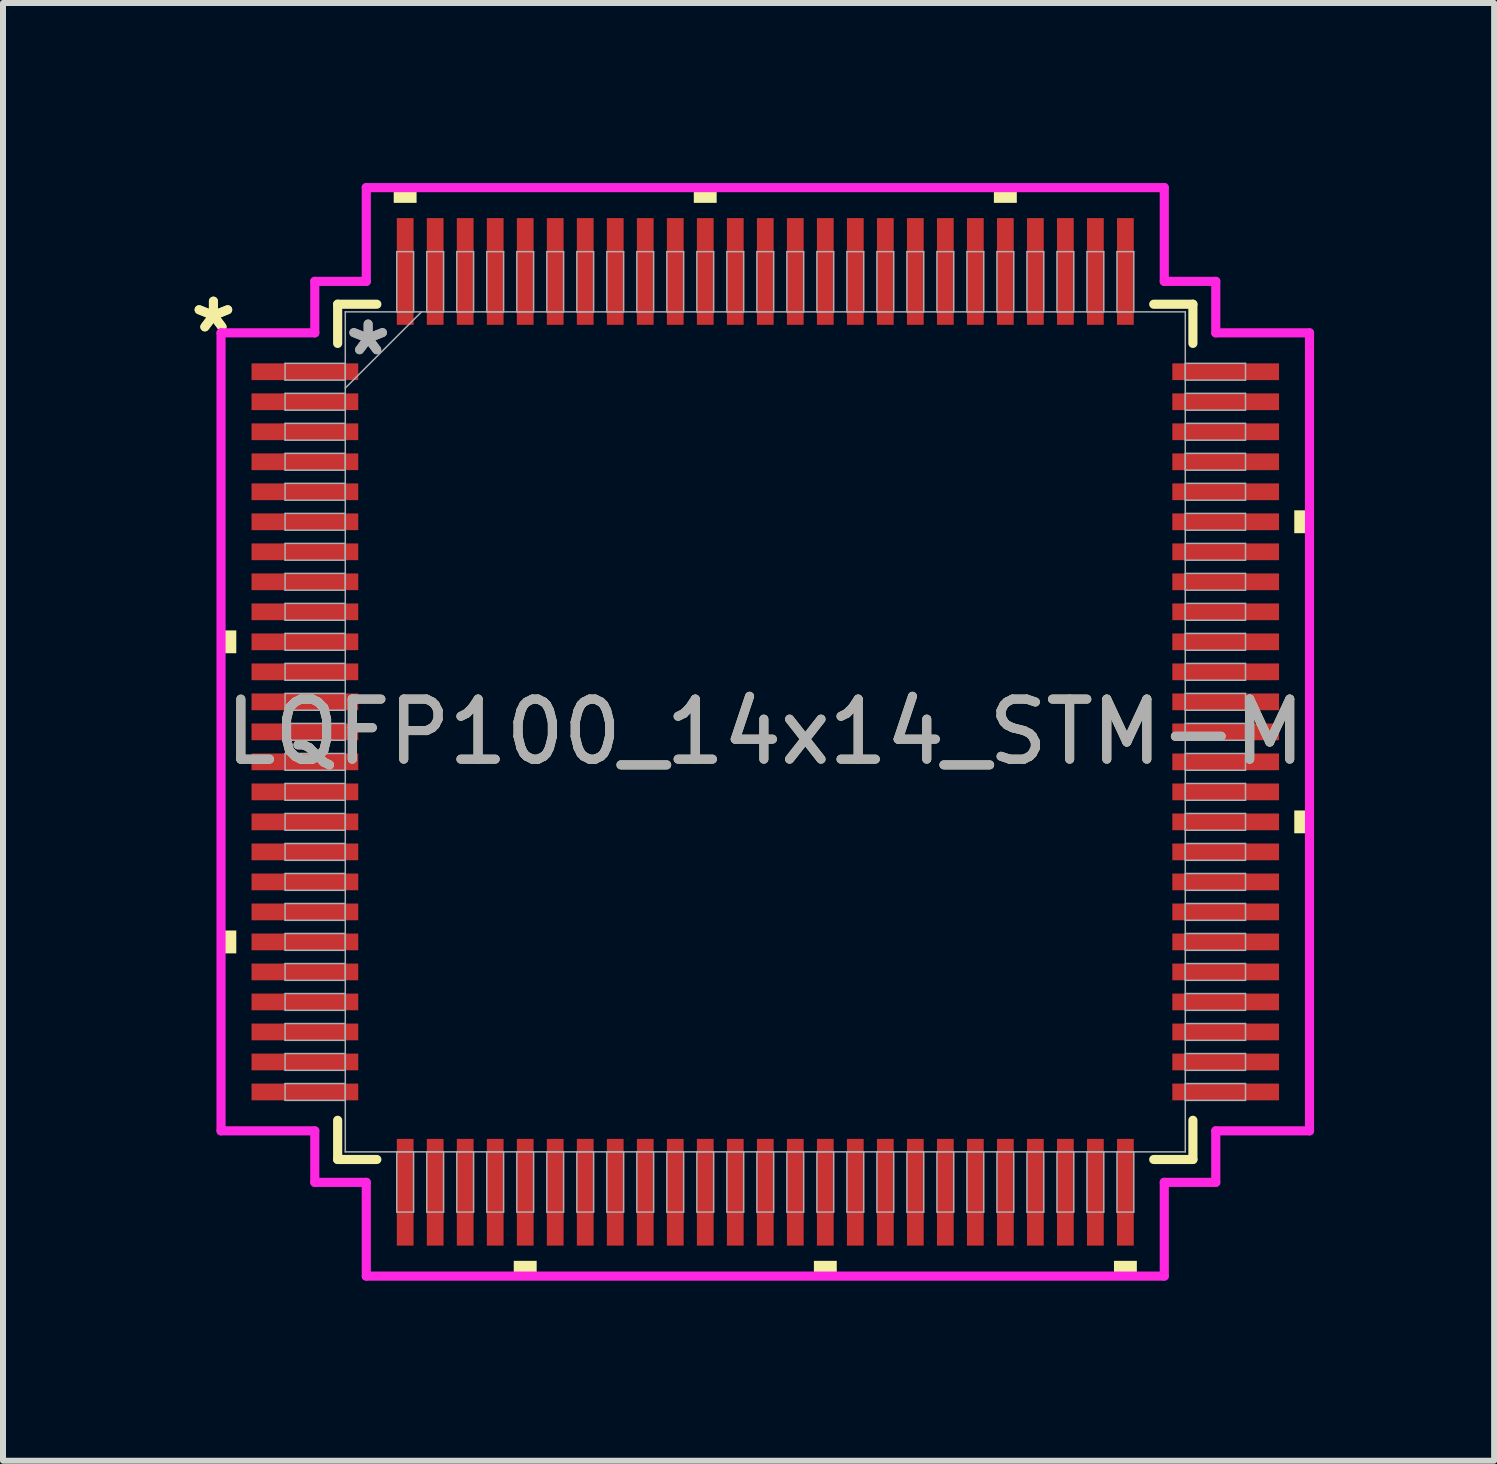
<source format=kicad_pcb>
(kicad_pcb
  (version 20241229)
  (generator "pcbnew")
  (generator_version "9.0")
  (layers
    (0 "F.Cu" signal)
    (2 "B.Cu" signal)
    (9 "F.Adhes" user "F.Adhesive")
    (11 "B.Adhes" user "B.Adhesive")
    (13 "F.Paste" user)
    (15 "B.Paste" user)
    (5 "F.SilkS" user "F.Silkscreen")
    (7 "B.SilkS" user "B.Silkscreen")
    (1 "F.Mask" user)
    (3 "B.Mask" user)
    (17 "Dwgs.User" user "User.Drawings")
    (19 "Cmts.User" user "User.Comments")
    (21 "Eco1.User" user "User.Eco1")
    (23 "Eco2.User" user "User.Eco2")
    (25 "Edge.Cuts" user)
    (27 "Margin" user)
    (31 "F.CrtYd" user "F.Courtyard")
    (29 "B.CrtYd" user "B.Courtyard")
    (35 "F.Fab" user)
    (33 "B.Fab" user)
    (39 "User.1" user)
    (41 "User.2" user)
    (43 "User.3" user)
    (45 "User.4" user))
  (footprint "LQFP100_14x14_STM-M"
    (layer "F.Cu")
    (at 9.701 9.144)
    (property "Reference" "LQFP100_14x14_STM-M" (at 0 0 0) (unlocked yes) (layer "F.SilkS") (effects (font (size 1 1) (thickness 0.15))))
    (attr smd)
    (fp_line (start -7.125 -7.125) (end -7.125 -6.472) (stroke (width 0.152) (type solid)) (layer "F.SilkS"))
    (fp_line (start -7.125 6.472) (end -7.125 7.125) (stroke (width 0.152) (type solid)) (layer "F.SilkS"))
    (fp_line (start -7.125 7.125) (end -6.472 7.125) (stroke (width 0.152) (type solid)) (layer "F.SilkS"))
    (fp_line (start -6.472 -7.125) (end -7.125 -7.125) (stroke (width 0.152) (type solid)) (layer "F.SilkS"))
    (fp_line (start 6.472 7.125) (end 7.125 7.125) (stroke (width 0.152) (type solid)) (layer "F.SilkS"))
    (fp_line (start 7.125 -7.125) (end 6.472 -7.125) (stroke (width 0.152) (type solid)) (layer "F.SilkS"))
    (fp_line (start 7.125 -6.472) (end 7.125 -7.125) (stroke (width 0.152) (type solid)) (layer "F.SilkS"))
    (fp_line (start 7.125 7.125) (end 7.125 6.472) (stroke (width 0.152) (type solid)) (layer "F.SilkS"))
    (fp_poly (pts (xy -9.068 -1.69) (xy -9.068 -1.31) (xy -8.814 -1.31) (xy -8.814 -1.69)) (stroke (width 0) (type solid)) (fill yes) (layer "F.SilkS"))
    (fp_poly (pts (xy -9.068 3.31) (xy -9.068 3.691) (xy -8.814 3.691) (xy -8.814 3.31)) (stroke (width 0) (type solid)) (fill yes) (layer "F.SilkS"))
    (fp_poly (pts (xy -6.191 -8.814) (xy -6.191 -9.068) (xy -5.81 -9.068) (xy -5.81 -8.814)) (stroke (width 0) (type solid)) (fill yes) (layer "F.SilkS"))
    (fp_poly (pts (xy -4.191 8.814) (xy -4.191 9.068) (xy -3.809 9.068) (xy -3.809 8.814)) (stroke (width 0) (type solid)) (fill yes) (layer "F.SilkS"))
    (fp_poly (pts (xy -1.191 -8.814) (xy -1.191 -9.068) (xy -0.81 -9.068) (xy -0.81 -8.814)) (stroke (width 0) (type solid)) (fill yes) (layer "F.SilkS"))
    (fp_poly (pts (xy 0.81 8.814) (xy 0.81 9.068) (xy 1.191 9.068) (xy 1.191 8.814)) (stroke (width 0) (type solid)) (fill yes) (layer "F.SilkS"))
    (fp_poly (pts (xy 3.809 -8.814) (xy 3.809 -9.068) (xy 4.191 -9.068) (xy 4.191 -8.814)) (stroke (width 0) (type solid)) (fill yes) (layer "F.SilkS"))
    (fp_poly (pts (xy 5.81 8.814) (xy 5.81 9.068) (xy 6.191 9.068) (xy 6.191 8.814)) (stroke (width 0) (type solid)) (fill yes) (layer "F.SilkS"))
    (fp_poly (pts (xy 9.068 -3.691) (xy 9.068 -3.31) (xy 8.814 -3.31) (xy 8.814 -3.691)) (stroke (width 0) (type solid)) (fill yes) (layer "F.SilkS"))
    (fp_poly (pts (xy 9.068 1.31) (xy 9.068 1.69) (xy 8.814 1.69) (xy 8.814 1.31)) (stroke (width 0) (type solid)) (fill yes) (layer "F.SilkS"))
    (fp_line (start -9.068 -6.648) (end -7.506 -6.648) (stroke (width 0.152) (type solid)) (layer "F.CrtYd"))
    (fp_line (start -9.068 6.648) (end -9.068 -6.648) (stroke (width 0.152) (type solid)) (layer "F.CrtYd"))
    (fp_line (start -7.506 -7.506) (end -6.648 -7.506) (stroke (width 0.152) (type solid)) (layer "F.CrtYd"))
    (fp_line (start -7.506 -6.648) (end -7.506 -7.506) (stroke (width 0.152) (type solid)) (layer "F.CrtYd"))
    (fp_line (start -7.506 6.648) (end -9.068 6.648) (stroke (width 0.152) (type solid)) (layer "F.CrtYd"))
    (fp_line (start -7.506 7.506) (end -7.506 6.648) (stroke (width 0.152) (type solid)) (layer "F.CrtYd"))
    (fp_line (start -7.506 7.506) (end -6.648 7.506) (stroke (width 0.152) (type solid)) (layer "F.CrtYd"))
    (fp_line (start -6.648 -9.068) (end 6.648 -9.068) (stroke (width 0.152) (type solid)) (layer "F.CrtYd"))
    (fp_line (start -6.648 -7.506) (end -6.648 -9.068) (stroke (width 0.152) (type solid)) (layer "F.CrtYd"))
    (fp_line (start -6.648 7.506) (end -6.648 9.068) (stroke (width 0.152) (type solid)) (layer "F.CrtYd"))
    (fp_line (start -6.648 9.068) (end 6.648 9.068) (stroke (width 0.152) (type solid)) (layer "F.CrtYd"))
    (fp_line (start 6.648 -9.068) (end 6.648 -7.506) (stroke (width 0.152) (type solid)) (layer "F.CrtYd"))
    (fp_line (start 6.648 -7.506) (end 7.506 -7.506) (stroke (width 0.152) (type solid)) (layer "F.CrtYd"))
    (fp_line (start 6.648 7.506) (end 7.506 7.506) (stroke (width 0.152) (type solid)) (layer "F.CrtYd"))
    (fp_line (start 6.648 9.068) (end 6.648 7.506) (stroke (width 0.152) (type solid)) (layer "F.CrtYd"))
    (fp_line (start 7.506 -6.648) (end 7.506 -7.506) (stroke (width 0.152) (type solid)) (layer "F.CrtYd"))
    (fp_line (start 7.506 6.648) (end 9.068 6.648) (stroke (width 0.152) (type solid)) (layer "F.CrtYd"))
    (fp_line (start 7.506 7.506) (end 7.506 6.648) (stroke (width 0.152) (type solid)) (layer "F.CrtYd"))
    (fp_line (start 9.068 -6.648) (end 7.506 -6.648) (stroke (width 0.152) (type solid)) (layer "F.CrtYd"))
    (fp_line (start 9.068 6.648) (end 9.068 -6.648) (stroke (width 0.152) (type solid)) (layer "F.CrtYd"))
    (fp_line (start -8.001 -6.14) (end -8.001 -5.86) (stroke (width 0.025) (type solid)) (layer "F.Fab"))
    (fp_line (start -8.001 -5.86) (end -6.998 -5.86) (stroke (width 0.025) (type solid)) (layer "F.Fab"))
    (fp_line (start -8.001 -5.64) (end -8.001 -5.36) (stroke (width 0.025) (type solid)) (layer "F.Fab"))
    (fp_line (start -8.001 -5.36) (end -6.998 -5.36) (stroke (width 0.025) (type solid)) (layer "F.Fab"))
    (fp_line (start -8.001 -5.14) (end -8.001 -4.86) (stroke (width 0.025) (type solid)) (layer "F.Fab"))
    (fp_line (start -8.001 -4.86) (end -6.998 -4.86) (stroke (width 0.025) (type solid)) (layer "F.Fab"))
    (fp_line (start -8.001 -4.64) (end -8.001 -4.36) (stroke (width 0.025) (type solid)) (layer "F.Fab"))
    (fp_line (start -8.001 -4.36) (end -6.998 -4.36) (stroke (width 0.025) (type solid)) (layer "F.Fab"))
    (fp_line (start -8.001 -4.14) (end -8.001 -3.86) (stroke (width 0.025) (type solid)) (layer "F.Fab"))
    (fp_line (start -8.001 -3.86) (end -6.998 -3.86) (stroke (width 0.025) (type solid)) (layer "F.Fab"))
    (fp_line (start -8.001 -3.64) (end -8.001 -3.36) (stroke (width 0.025) (type solid)) (layer "F.Fab"))
    (fp_line (start -8.001 -3.36) (end -6.998 -3.36) (stroke (width 0.025) (type solid)) (layer "F.Fab"))
    (fp_line (start -8.001 -3.14) (end -8.001 -2.86) (stroke (width 0.025) (type solid)) (layer "F.Fab"))
    (fp_line (start -8.001 -2.86) (end -6.998 -2.86) (stroke (width 0.025) (type solid)) (layer "F.Fab"))
    (fp_line (start -8.001 -2.64) (end -8.001 -2.36) (stroke (width 0.025) (type solid)) (layer "F.Fab"))
    (fp_line (start -8.001 -2.36) (end -6.998 -2.36) (stroke (width 0.025) (type solid)) (layer "F.Fab"))
    (fp_line (start -8.001 -2.14) (end -8.001 -1.86) (stroke (width 0.025) (type solid)) (layer "F.Fab"))
    (fp_line (start -8.001 -1.86) (end -6.998 -1.86) (stroke (width 0.025) (type solid)) (layer "F.Fab"))
    (fp_line (start -8.001 -1.64) (end -8.001 -1.36) (stroke (width 0.025) (type solid)) (layer "F.Fab"))
    (fp_line (start -8.001 -1.36) (end -6.998 -1.36) (stroke (width 0.025) (type solid)) (layer "F.Fab"))
    (fp_line (start -8.001 -1.14) (end -8.001 -0.86) (stroke (width 0.025) (type solid)) (layer "F.Fab"))
    (fp_line (start -8.001 -0.86) (end -6.998 -0.86) (stroke (width 0.025) (type solid)) (layer "F.Fab"))
    (fp_line (start -8.001 -0.64) (end -8.001 -0.36) (stroke (width 0.025) (type solid)) (layer "F.Fab"))
    (fp_line (start -8.001 -0.36) (end -6.998 -0.36) (stroke (width 0.025) (type solid)) (layer "F.Fab"))
    (fp_line (start -8.001 -0.14) (end -8.001 0.14) (stroke (width 0.025) (type solid)) (layer "F.Fab"))
    (fp_line (start -8.001 0.14) (end -6.998 0.14) (stroke (width 0.025) (type solid)) (layer "F.Fab"))
    (fp_line (start -8.001 0.36) (end -8.001 0.64) (stroke (width 0.025) (type solid)) (layer "F.Fab"))
    (fp_line (start -8.001 0.64) (end -6.998 0.64) (stroke (width 0.025) (type solid)) (layer "F.Fab"))
    (fp_line (start -8.001 0.86) (end -8.001 1.14) (stroke (width 0.025) (type solid)) (layer "F.Fab"))
    (fp_line (start -8.001 1.14) (end -6.998 1.14) (stroke (width 0.025) (type solid)) (layer "F.Fab"))
    (fp_line (start -8.001 1.36) (end -8.001 1.64) (stroke (width 0.025) (type solid)) (layer "F.Fab"))
    (fp_line (start -8.001 1.64) (end -6.998 1.64) (stroke (width 0.025) (type solid)) (layer "F.Fab"))
    (fp_line (start -8.001 1.86) (end -8.001 2.14) (stroke (width 0.025) (type solid)) (layer "F.Fab"))
    (fp_line (start -8.001 2.14) (end -6.998 2.14) (stroke (width 0.025) (type solid)) (layer "F.Fab"))
    (fp_line (start -8.001 2.36) (end -8.001 2.64) (stroke (width 0.025) (type solid)) (layer "F.Fab"))
    (fp_line (start -8.001 2.64) (end -6.998 2.64) (stroke (width 0.025) (type solid)) (layer "F.Fab"))
    (fp_line (start -8.001 2.86) (end -8.001 3.14) (stroke (width 0.025) (type solid)) (layer "F.Fab"))
    (fp_line (start -8.001 3.14) (end -6.998 3.14) (stroke (width 0.025) (type solid)) (layer "F.Fab"))
    (fp_line (start -8.001 3.36) (end -8.001 3.64) (stroke (width 0.025) (type solid)) (layer "F.Fab"))
    (fp_line (start -8.001 3.64) (end -6.998 3.64) (stroke (width 0.025) (type solid)) (layer "F.Fab"))
    (fp_line (start -8.001 3.86) (end -8.001 4.14) (stroke (width 0.025) (type solid)) (layer "F.Fab"))
    (fp_line (start -8.001 4.14) (end -6.998 4.14) (stroke (width 0.025) (type solid)) (layer "F.Fab"))
    (fp_line (start -8.001 4.36) (end -8.001 4.64) (stroke (width 0.025) (type solid)) (layer "F.Fab"))
    (fp_line (start -8.001 4.64) (end -6.998 4.64) (stroke (width 0.025) (type solid)) (layer "F.Fab"))
    (fp_line (start -8.001 4.86) (end -8.001 5.14) (stroke (width 0.025) (type solid)) (layer "F.Fab"))
    (fp_line (start -8.001 5.14) (end -6.998 5.14) (stroke (width 0.025) (type solid)) (layer "F.Fab"))
    (fp_line (start -8.001 5.36) (end -8.001 5.64) (stroke (width 0.025) (type solid)) (layer "F.Fab"))
    (fp_line (start -8.001 5.64) (end -6.998 5.64) (stroke (width 0.025) (type solid)) (layer "F.Fab"))
    (fp_line (start -8.001 5.86) (end -8.001 6.14) (stroke (width 0.025) (type solid)) (layer "F.Fab"))
    (fp_line (start -8.001 6.14) (end -6.998 6.14) (stroke (width 0.025) (type solid)) (layer "F.Fab"))
    (fp_line (start -6.998 -6.998) (end -6.998 6.998) (stroke (width 0.025) (type solid)) (layer "F.Fab"))
    (fp_line (start -6.998 -6.14) (end -8.001 -6.14) (stroke (width 0.025) (type solid)) (layer "F.Fab"))
    (fp_line (start -6.998 -5.86) (end -6.998 -6.14) (stroke (width 0.025) (type solid)) (layer "F.Fab"))
    (fp_line (start -6.998 -5.728) (end -5.728 -6.998) (stroke (width 0.025) (type solid)) (layer "F.Fab"))
    (fp_line (start -6.998 -5.64) (end -8.001 -5.64) (stroke (width 0.025) (type solid)) (layer "F.Fab"))
    (fp_line (start -6.998 -5.36) (end -6.998 -5.64) (stroke (width 0.025) (type solid)) (layer "F.Fab"))
    (fp_line (start -6.998 -5.14) (end -8.001 -5.14) (stroke (width 0.025) (type solid)) (layer "F.Fab"))
    (fp_line (start -6.998 -4.86) (end -6.998 -5.14) (stroke (width 0.025) (type solid)) (layer "F.Fab"))
    (fp_line (start -6.998 -4.64) (end -8.001 -4.64) (stroke (width 0.025) (type solid)) (layer "F.Fab"))
    (fp_line (start -6.998 -4.36) (end -6.998 -4.64) (stroke (width 0.025) (type solid)) (layer "F.Fab"))
    (fp_line (start -6.998 -4.14) (end -8.001 -4.14) (stroke (width 0.025) (type solid)) (layer "F.Fab"))
    (fp_line (start -6.998 -3.86) (end -6.998 -4.14) (stroke (width 0.025) (type solid)) (layer "F.Fab"))
    (fp_line (start -6.998 -3.64) (end -8.001 -3.64) (stroke (width 0.025) (type solid)) (layer "F.Fab"))
    (fp_line (start -6.998 -3.36) (end -6.998 -3.64) (stroke (width 0.025) (type solid)) (layer "F.Fab"))
    (fp_line (start -6.998 -3.14) (end -8.001 -3.14) (stroke (width 0.025) (type solid)) (layer "F.Fab"))
    (fp_line (start -6.998 -2.86) (end -6.998 -3.14) (stroke (width 0.025) (type solid)) (layer "F.Fab"))
    (fp_line (start -6.998 -2.64) (end -8.001 -2.64) (stroke (width 0.025) (type solid)) (layer "F.Fab"))
    (fp_line (start -6.998 -2.36) (end -6.998 -2.64) (stroke (width 0.025) (type solid)) (layer "F.Fab"))
    (fp_line (start -6.998 -2.14) (end -8.001 -2.14) (stroke (width 0.025) (type solid)) (layer "F.Fab"))
    (fp_line (start -6.998 -1.86) (end -6.998 -2.14) (stroke (width 0.025) (type solid)) (layer "F.Fab"))
    (fp_line (start -6.998 -1.64) (end -8.001 -1.64) (stroke (width 0.025) (type solid)) (layer "F.Fab"))
    (fp_line (start -6.998 -1.36) (end -6.998 -1.64) (stroke (width 0.025) (type solid)) (layer "F.Fab"))
    (fp_line (start -6.998 -1.14) (end -8.001 -1.14) (stroke (width 0.025) (type solid)) (layer "F.Fab"))
    (fp_line (start -6.998 -0.86) (end -6.998 -1.14) (stroke (width 0.025) (type solid)) (layer "F.Fab"))
    (fp_line (start -6.998 -0.64) (end -8.001 -0.64) (stroke (width 0.025) (type solid)) (layer "F.Fab"))
    (fp_line (start -6.998 -0.36) (end -6.998 -0.64) (stroke (width 0.025) (type solid)) (layer "F.Fab"))
    (fp_line (start -6.998 -0.14) (end -8.001 -0.14) (stroke (width 0.025) (type solid)) (layer "F.Fab"))
    (fp_line (start -6.998 0.14) (end -6.998 -0.14) (stroke (width 0.025) (type solid)) (layer "F.Fab"))
    (fp_line (start -6.998 0.36) (end -8.001 0.36) (stroke (width 0.025) (type solid)) (layer "F.Fab"))
    (fp_line (start -6.998 0.64) (end -6.998 0.36) (stroke (width 0.025) (type solid)) (layer "F.Fab"))
    (fp_line (start -6.998 0.86) (end -8.001 0.86) (stroke (width 0.025) (type solid)) (layer "F.Fab"))
    (fp_line (start -6.998 1.14) (end -6.998 0.86) (stroke (width 0.025) (type solid)) (layer "F.Fab"))
    (fp_line (start -6.998 1.36) (end -8.001 1.36) (stroke (width 0.025) (type solid)) (layer "F.Fab"))
    (fp_line (start -6.998 1.64) (end -6.998 1.36) (stroke (width 0.025) (type solid)) (layer "F.Fab"))
    (fp_line (start -6.998 1.86) (end -8.001 1.86) (stroke (width 0.025) (type solid)) (layer "F.Fab"))
    (fp_line (start -6.998 2.14) (end -6.998 1.86) (stroke (width 0.025) (type solid)) (layer "F.Fab"))
    (fp_line (start -6.998 2.36) (end -8.001 2.36) (stroke (width 0.025) (type solid)) (layer "F.Fab"))
    (fp_line (start -6.998 2.64) (end -6.998 2.36) (stroke (width 0.025) (type solid)) (layer "F.Fab"))
    (fp_line (start -6.998 2.86) (end -8.001 2.86) (stroke (width 0.025) (type solid)) (layer "F.Fab"))
    (fp_line (start -6.998 3.14) (end -6.998 2.86) (stroke (width 0.025) (type solid)) (layer "F.Fab"))
    (fp_line (start -6.998 3.36) (end -8.001 3.36) (stroke (width 0.025) (type solid)) (layer "F.Fab"))
    (fp_line (start -6.998 3.64) (end -6.998 3.36) (stroke (width 0.025) (type solid)) (layer "F.Fab"))
    (fp_line (start -6.998 3.86) (end -8.001 3.86) (stroke (width 0.025) (type solid)) (layer "F.Fab"))
    (fp_line (start -6.998 4.14) (end -6.998 3.86) (stroke (width 0.025) (type solid)) (layer "F.Fab"))
    (fp_line (start -6.998 4.36) (end -8.001 4.36) (stroke (width 0.025) (type solid)) (layer "F.Fab"))
    (fp_line (start -6.998 4.64) (end -6.998 4.36) (stroke (width 0.025) (type solid)) (layer "F.Fab"))
    (fp_line (start -6.998 4.86) (end -8.001 4.86) (stroke (width 0.025) (type solid)) (layer "F.Fab"))
    (fp_line (start -6.998 5.14) (end -6.998 4.86) (stroke (width 0.025) (type solid)) (layer "F.Fab"))
    (fp_line (start -6.998 5.36) (end -8.001 5.36) (stroke (width 0.025) (type solid)) (layer "F.Fab"))
    (fp_line (start -6.998 5.64) (end -6.998 5.36) (stroke (width 0.025) (type solid)) (layer "F.Fab"))
    (fp_line (start -6.998 5.86) (end -8.001 5.86) (stroke (width 0.025) (type solid)) (layer "F.Fab"))
    (fp_line (start -6.998 6.14) (end -6.998 5.86) (stroke (width 0.025) (type solid)) (layer "F.Fab"))
    (fp_line (start -6.998 6.998) (end 6.998 6.998) (stroke (width 0.025) (type solid)) (layer "F.Fab"))
    (fp_line (start -6.14 -8.001) (end -6.14 -6.998) (stroke (width 0.025) (type solid)) (layer "F.Fab"))
    (fp_line (start -6.14 -6.998) (end -5.86 -6.998) (stroke (width 0.025) (type solid)) (layer "F.Fab"))
    (fp_line (start -6.14 6.998) (end -6.14 8.001) (stroke (width 0.025) (type solid)) (layer "F.Fab"))
    (fp_line (start -6.14 8.001) (end -5.86 8.001) (stroke (width 0.025) (type solid)) (layer "F.Fab"))
    (fp_line (start -5.86 -8.001) (end -6.14 -8.001) (stroke (width 0.025) (type solid)) (layer "F.Fab"))
    (fp_line (start -5.86 -6.998) (end -5.86 -8.001) (stroke (width 0.025) (type solid)) (layer "F.Fab"))
    (fp_line (start -5.86 6.998) (end -6.14 6.998) (stroke (width 0.025) (type solid)) (layer "F.Fab"))
    (fp_line (start -5.86 8.001) (end -5.86 6.998) (stroke (width 0.025) (type solid)) (layer "F.Fab"))
    (fp_line (start -5.64 -8.001) (end -5.64 -6.998) (stroke (width 0.025) (type solid)) (layer "F.Fab"))
    (fp_line (start -5.64 -6.998) (end -5.36 -6.998) (stroke (width 0.025) (type solid)) (layer "F.Fab"))
    (fp_line (start -5.64 6.998) (end -5.64 8.001) (stroke (width 0.025) (type solid)) (layer "F.Fab"))
    (fp_line (start -5.64 8.001) (end -5.36 8.001) (stroke (width 0.025) (type solid)) (layer "F.Fab"))
    (fp_line (start -5.36 -8.001) (end -5.64 -8.001) (stroke (width 0.025) (type solid)) (layer "F.Fab"))
    (fp_line (start -5.36 -6.998) (end -5.36 -8.001) (stroke (width 0.025) (type solid)) (layer "F.Fab"))
    (fp_line (start -5.36 6.998) (end -5.64 6.998) (stroke (width 0.025) (type solid)) (layer "F.Fab"))
    (fp_line (start -5.36 8.001) (end -5.36 6.998) (stroke (width 0.025) (type solid)) (layer "F.Fab"))
    (fp_line (start -5.14 -8.001) (end -5.14 -6.998) (stroke (width 0.025) (type solid)) (layer "F.Fab"))
    (fp_line (start -5.14 -6.998) (end -4.86 -6.998) (stroke (width 0.025) (type solid)) (layer "F.Fab"))
    (fp_line (start -5.14 6.998) (end -5.14 8.001) (stroke (width 0.025) (type solid)) (layer "F.Fab"))
    (fp_line (start -5.14 8.001) (end -4.86 8.001) (stroke (width 0.025) (type solid)) (layer "F.Fab"))
    (fp_line (start -4.86 -8.001) (end -5.14 -8.001) (stroke (width 0.025) (type solid)) (layer "F.Fab"))
    (fp_line (start -4.86 -6.998) (end -4.86 -8.001) (stroke (width 0.025) (type solid)) (layer "F.Fab"))
    (fp_line (start -4.86 6.998) (end -5.14 6.998) (stroke (width 0.025) (type solid)) (layer "F.Fab"))
    (fp_line (start -4.86 8.001) (end -4.86 6.998) (stroke (width 0.025) (type solid)) (layer "F.Fab"))
    (fp_line (start -4.64 -8.001) (end -4.64 -6.998) (stroke (width 0.025) (type solid)) (layer "F.Fab"))
    (fp_line (start -4.64 -6.998) (end -4.36 -6.998) (stroke (width 0.025) (type solid)) (layer "F.Fab"))
    (fp_line (start -4.64 6.998) (end -4.64 8.001) (stroke (width 0.025) (type solid)) (layer "F.Fab"))
    (fp_line (start -4.64 8.001) (end -4.36 8.001) (stroke (width 0.025) (type solid)) (layer "F.Fab"))
    (fp_line (start -4.36 -8.001) (end -4.64 -8.001) (stroke (width 0.025) (type solid)) (layer "F.Fab"))
    (fp_line (start -4.36 -6.998) (end -4.36 -8.001) (stroke (width 0.025) (type solid)) (layer "F.Fab"))
    (fp_line (start -4.36 6.998) (end -4.64 6.998) (stroke (width 0.025) (type solid)) (layer "F.Fab"))
    (fp_line (start -4.36 8.001) (end -4.36 6.998) (stroke (width 0.025) (type solid)) (layer "F.Fab"))
    (fp_line (start -4.14 -8.001) (end -4.14 -6.998) (stroke (width 0.025) (type solid)) (layer "F.Fab"))
    (fp_line (start -4.14 -6.998) (end -3.86 -6.998) (stroke (width 0.025) (type solid)) (layer "F.Fab"))
    (fp_line (start -4.14 6.998) (end -4.14 8.001) (stroke (width 0.025) (type solid)) (layer "F.Fab"))
    (fp_line (start -4.14 8.001) (end -3.86 8.001) (stroke (width 0.025) (type solid)) (layer "F.Fab"))
    (fp_line (start -3.86 -8.001) (end -4.14 -8.001) (stroke (width 0.025) (type solid)) (layer "F.Fab"))
    (fp_line (start -3.86 -6.998) (end -3.86 -8.001) (stroke (width 0.025) (type solid)) (layer "F.Fab"))
    (fp_line (start -3.86 6.998) (end -4.14 6.998) (stroke (width 0.025) (type solid)) (layer "F.Fab"))
    (fp_line (start -3.86 8.001) (end -3.86 6.998) (stroke (width 0.025) (type solid)) (layer "F.Fab"))
    (fp_line (start -3.64 -8.001) (end -3.64 -6.998) (stroke (width 0.025) (type solid)) (layer "F.Fab"))
    (fp_line (start -3.64 -6.998) (end -3.36 -6.998) (stroke (width 0.025) (type solid)) (layer "F.Fab"))
    (fp_line (start -3.64 6.998) (end -3.64 8.001) (stroke (width 0.025) (type solid)) (layer "F.Fab"))
    (fp_line (start -3.64 8.001) (end -3.36 8.001) (stroke (width 0.025) (type solid)) (layer "F.Fab"))
    (fp_line (start -3.36 -8.001) (end -3.64 -8.001) (stroke (width 0.025) (type solid)) (layer "F.Fab"))
    (fp_line (start -3.36 -6.998) (end -3.36 -8.001) (stroke (width 0.025) (type solid)) (layer "F.Fab"))
    (fp_line (start -3.36 6.998) (end -3.64 6.998) (stroke (width 0.025) (type solid)) (layer "F.Fab"))
    (fp_line (start -3.36 8.001) (end -3.36 6.998) (stroke (width 0.025) (type solid)) (layer "F.Fab"))
    (fp_line (start -3.14 -8.001) (end -3.14 -6.998) (stroke (width 0.025) (type solid)) (layer "F.Fab"))
    (fp_line (start -3.14 -6.998) (end -2.86 -6.998) (stroke (width 0.025) (type solid)) (layer "F.Fab"))
    (fp_line (start -3.14 6.998) (end -3.14 8.001) (stroke (width 0.025) (type solid)) (layer "F.Fab"))
    (fp_line (start -3.14 8.001) (end -2.86 8.001) (stroke (width 0.025) (type solid)) (layer "F.Fab"))
    (fp_line (start -2.86 -8.001) (end -3.14 -8.001) (stroke (width 0.025) (type solid)) (layer "F.Fab"))
    (fp_line (start -2.86 -6.998) (end -2.86 -8.001) (stroke (width 0.025) (type solid)) (layer "F.Fab"))
    (fp_line (start -2.86 6.998) (end -3.14 6.998) (stroke (width 0.025) (type solid)) (layer "F.Fab"))
    (fp_line (start -2.86 8.001) (end -2.86 6.998) (stroke (width 0.025) (type solid)) (layer "F.Fab"))
    (fp_line (start -2.64 -8.001) (end -2.64 -6.998) (stroke (width 0.025) (type solid)) (layer "F.Fab"))
    (fp_line (start -2.64 -6.998) (end -2.36 -6.998) (stroke (width 0.025) (type solid)) (layer "F.Fab"))
    (fp_line (start -2.64 6.998) (end -2.64 8.001) (stroke (width 0.025) (type solid)) (layer "F.Fab"))
    (fp_line (start -2.64 8.001) (end -2.36 8.001) (stroke (width 0.025) (type solid)) (layer "F.Fab"))
    (fp_line (start -2.36 -8.001) (end -2.64 -8.001) (stroke (width 0.025) (type solid)) (layer "F.Fab"))
    (fp_line (start -2.36 -6.998) (end -2.36 -8.001) (stroke (width 0.025) (type solid)) (layer "F.Fab"))
    (fp_line (start -2.36 6.998) (end -2.64 6.998) (stroke (width 0.025) (type solid)) (layer "F.Fab"))
    (fp_line (start -2.36 8.001) (end -2.36 6.998) (stroke (width 0.025) (type solid)) (layer "F.Fab"))
    (fp_line (start -2.14 -8.001) (end -2.14 -6.998) (stroke (width 0.025) (type solid)) (layer "F.Fab"))
    (fp_line (start -2.14 -6.998) (end -1.86 -6.998) (stroke (width 0.025) (type solid)) (layer "F.Fab"))
    (fp_line (start -2.14 6.998) (end -2.14 8.001) (stroke (width 0.025) (type solid)) (layer "F.Fab"))
    (fp_line (start -2.14 8.001) (end -1.86 8.001) (stroke (width 0.025) (type solid)) (layer "F.Fab"))
    (fp_line (start -1.86 -8.001) (end -2.14 -8.001) (stroke (width 0.025) (type solid)) (layer "F.Fab"))
    (fp_line (start -1.86 -6.998) (end -1.86 -8.001) (stroke (width 0.025) (type solid)) (layer "F.Fab"))
    (fp_line (start -1.86 6.998) (end -2.14 6.998) (stroke (width 0.025) (type solid)) (layer "F.Fab"))
    (fp_line (start -1.86 8.001) (end -1.86 6.998) (stroke (width 0.025) (type solid)) (layer "F.Fab"))
    (fp_line (start -1.64 -8.001) (end -1.64 -6.998) (stroke (width 0.025) (type solid)) (layer "F.Fab"))
    (fp_line (start -1.64 -6.998) (end -1.36 -6.998) (stroke (width 0.025) (type solid)) (layer "F.Fab"))
    (fp_line (start -1.64 6.998) (end -1.64 8.001) (stroke (width 0.025) (type solid)) (layer "F.Fab"))
    (fp_line (start -1.64 8.001) (end -1.36 8.001) (stroke (width 0.025) (type solid)) (layer "F.Fab"))
    (fp_line (start -1.36 -8.001) (end -1.64 -8.001) (stroke (width 0.025) (type solid)) (layer "F.Fab"))
    (fp_line (start -1.36 -6.998) (end -1.36 -8.001) (stroke (width 0.025) (type solid)) (layer "F.Fab"))
    (fp_line (start -1.36 6.998) (end -1.64 6.998) (stroke (width 0.025) (type solid)) (layer "F.Fab"))
    (fp_line (start -1.36 8.001) (end -1.36 6.998) (stroke (width 0.025) (type solid)) (layer "F.Fab"))
    (fp_line (start -1.14 -8.001) (end -1.14 -6.998) (stroke (width 0.025) (type solid)) (layer "F.Fab"))
    (fp_line (start -1.14 -6.998) (end -0.86 -6.998) (stroke (width 0.025) (type solid)) (layer "F.Fab"))
    (fp_line (start -1.14 6.998) (end -1.14 8.001) (stroke (width 0.025) (type solid)) (layer "F.Fab"))
    (fp_line (start -1.14 8.001) (end -0.86 8.001) (stroke (width 0.025) (type solid)) (layer "F.Fab"))
    (fp_line (start -0.86 -8.001) (end -1.14 -8.001) (stroke (width 0.025) (type solid)) (layer "F.Fab"))
    (fp_line (start -0.86 -6.998) (end -0.86 -8.001) (stroke (width 0.025) (type solid)) (layer "F.Fab"))
    (fp_line (start -0.86 6.998) (end -1.14 6.998) (stroke (width 0.025) (type solid)) (layer "F.Fab"))
    (fp_line (start -0.86 8.001) (end -0.86 6.998) (stroke (width 0.025) (type solid)) (layer "F.Fab"))
    (fp_line (start -0.64 -8.001) (end -0.64 -6.998) (stroke (width 0.025) (type solid)) (layer "F.Fab"))
    (fp_line (start -0.64 -6.998) (end -0.36 -6.998) (stroke (width 0.025) (type solid)) (layer "F.Fab"))
    (fp_line (start -0.64 6.998) (end -0.64 8.001) (stroke (width 0.025) (type solid)) (layer "F.Fab"))
    (fp_line (start -0.64 8.001) (end -0.36 8.001) (stroke (width 0.025) (type solid)) (layer "F.Fab"))
    (fp_line (start -0.36 -8.001) (end -0.64 -8.001) (stroke (width 0.025) (type solid)) (layer "F.Fab"))
    (fp_line (start -0.36 -6.998) (end -0.36 -8.001) (stroke (width 0.025) (type solid)) (layer "F.Fab"))
    (fp_line (start -0.36 6.998) (end -0.64 6.998) (stroke (width 0.025) (type solid)) (layer "F.Fab"))
    (fp_line (start -0.36 8.001) (end -0.36 6.998) (stroke (width 0.025) (type solid)) (layer "F.Fab"))
    (fp_line (start -0.14 -8.001) (end -0.14 -6.998) (stroke (width 0.025) (type solid)) (layer "F.Fab"))
    (fp_line (start -0.14 -6.998) (end 0.14 -6.998) (stroke (width 0.025) (type solid)) (layer "F.Fab"))
    (fp_line (start -0.14 6.998) (end -0.14 8.001) (stroke (width 0.025) (type solid)) (layer "F.Fab"))
    (fp_line (start -0.14 8.001) (end 0.14 8.001) (stroke (width 0.025) (type solid)) (layer "F.Fab"))
    (fp_line (start 0.14 -8.001) (end -0.14 -8.001) (stroke (width 0.025) (type solid)) (layer "F.Fab"))
    (fp_line (start 0.14 -6.998) (end 0.14 -8.001) (stroke (width 0.025) (type solid)) (layer "F.Fab"))
    (fp_line (start 0.14 6.998) (end -0.14 6.998) (stroke (width 0.025) (type solid)) (layer "F.Fab"))
    (fp_line (start 0.14 8.001) (end 0.14 6.998) (stroke (width 0.025) (type solid)) (layer "F.Fab"))
    (fp_line (start 0.36 -8.001) (end 0.36 -6.998) (stroke (width 0.025) (type solid)) (layer "F.Fab"))
    (fp_line (start 0.36 -6.998) (end 0.64 -6.998) (stroke (width 0.025) (type solid)) (layer "F.Fab"))
    (fp_line (start 0.36 6.998) (end 0.36 8.001) (stroke (width 0.025) (type solid)) (layer "F.Fab"))
    (fp_line (start 0.36 8.001) (end 0.64 8.001) (stroke (width 0.025) (type solid)) (layer "F.Fab"))
    (fp_line (start 0.64 -8.001) (end 0.36 -8.001) (stroke (width 0.025) (type solid)) (layer "F.Fab"))
    (fp_line (start 0.64 -6.998) (end 0.64 -8.001) (stroke (width 0.025) (type solid)) (layer "F.Fab"))
    (fp_line (start 0.64 6.998) (end 0.36 6.998) (stroke (width 0.025) (type solid)) (layer "F.Fab"))
    (fp_line (start 0.64 8.001) (end 0.64 6.998) (stroke (width 0.025) (type solid)) (layer "F.Fab"))
    (fp_line (start 0.86 -8.001) (end 0.86 -6.998) (stroke (width 0.025) (type solid)) (layer "F.Fab"))
    (fp_line (start 0.86 -6.998) (end 1.14 -6.998) (stroke (width 0.025) (type solid)) (layer "F.Fab"))
    (fp_line (start 0.86 6.998) (end 0.86 8.001) (stroke (width 0.025) (type solid)) (layer "F.Fab"))
    (fp_line (start 0.86 8.001) (end 1.14 8.001) (stroke (width 0.025) (type solid)) (layer "F.Fab"))
    (fp_line (start 1.14 -8.001) (end 0.86 -8.001) (stroke (width 0.025) (type solid)) (layer "F.Fab"))
    (fp_line (start 1.14 -6.998) (end 1.14 -8.001) (stroke (width 0.025) (type solid)) (layer "F.Fab"))
    (fp_line (start 1.14 6.998) (end 0.86 6.998) (stroke (width 0.025) (type solid)) (layer "F.Fab"))
    (fp_line (start 1.14 8.001) (end 1.14 6.998) (stroke (width 0.025) (type solid)) (layer "F.Fab"))
    (fp_line (start 1.36 -8.001) (end 1.36 -6.998) (stroke (width 0.025) (type solid)) (layer "F.Fab"))
    (fp_line (start 1.36 -6.998) (end 1.64 -6.998) (stroke (width 0.025) (type solid)) (layer "F.Fab"))
    (fp_line (start 1.36 6.998) (end 1.36 8.001) (stroke (width 0.025) (type solid)) (layer "F.Fab"))
    (fp_line (start 1.36 8.001) (end 1.64 8.001) (stroke (width 0.025) (type solid)) (layer "F.Fab"))
    (fp_line (start 1.64 -8.001) (end 1.36 -8.001) (stroke (width 0.025) (type solid)) (layer "F.Fab"))
    (fp_line (start 1.64 -6.998) (end 1.64 -8.001) (stroke (width 0.025) (type solid)) (layer "F.Fab"))
    (fp_line (start 1.64 6.998) (end 1.36 6.998) (stroke (width 0.025) (type solid)) (layer "F.Fab"))
    (fp_line (start 1.64 8.001) (end 1.64 6.998) (stroke (width 0.025) (type solid)) (layer "F.Fab"))
    (fp_line (start 1.86 -8.001) (end 1.86 -6.998) (stroke (width 0.025) (type solid)) (layer "F.Fab"))
    (fp_line (start 1.86 -6.998) (end 2.14 -6.998) (stroke (width 0.025) (type solid)) (layer "F.Fab"))
    (fp_line (start 1.86 6.998) (end 1.86 8.001) (stroke (width 0.025) (type solid)) (layer "F.Fab"))
    (fp_line (start 1.86 8.001) (end 2.14 8.001) (stroke (width 0.025) (type solid)) (layer "F.Fab"))
    (fp_line (start 2.14 -8.001) (end 1.86 -8.001) (stroke (width 0.025) (type solid)) (layer "F.Fab"))
    (fp_line (start 2.14 -6.998) (end 2.14 -8.001) (stroke (width 0.025) (type solid)) (layer "F.Fab"))
    (fp_line (start 2.14 6.998) (end 1.86 6.998) (stroke (width 0.025) (type solid)) (layer "F.Fab"))
    (fp_line (start 2.14 8.001) (end 2.14 6.998) (stroke (width 0.025) (type solid)) (layer "F.Fab"))
    (fp_line (start 2.36 -8.001) (end 2.36 -6.998) (stroke (width 0.025) (type solid)) (layer "F.Fab"))
    (fp_line (start 2.36 -6.998) (end 2.64 -6.998) (stroke (width 0.025) (type solid)) (layer "F.Fab"))
    (fp_line (start 2.36 6.998) (end 2.36 8.001) (stroke (width 0.025) (type solid)) (layer "F.Fab"))
    (fp_line (start 2.36 8.001) (end 2.64 8.001) (stroke (width 0.025) (type solid)) (layer "F.Fab"))
    (fp_line (start 2.64 -8.001) (end 2.36 -8.001) (stroke (width 0.025) (type solid)) (layer "F.Fab"))
    (fp_line (start 2.64 -6.998) (end 2.64 -8.001) (stroke (width 0.025) (type solid)) (layer "F.Fab"))
    (fp_line (start 2.64 6.998) (end 2.36 6.998) (stroke (width 0.025) (type solid)) (layer "F.Fab"))
    (fp_line (start 2.64 8.001) (end 2.64 6.998) (stroke (width 0.025) (type solid)) (layer "F.Fab"))
    (fp_line (start 2.86 -8.001) (end 2.86 -6.998) (stroke (width 0.025) (type solid)) (layer "F.Fab"))
    (fp_line (start 2.86 -6.998) (end 3.14 -6.998) (stroke (width 0.025) (type solid)) (layer "F.Fab"))
    (fp_line (start 2.86 6.998) (end 2.86 8.001) (stroke (width 0.025) (type solid)) (layer "F.Fab"))
    (fp_line (start 2.86 8.001) (end 3.14 8.001) (stroke (width 0.025) (type solid)) (layer "F.Fab"))
    (fp_line (start 3.14 -8.001) (end 2.86 -8.001) (stroke (width 0.025) (type solid)) (layer "F.Fab"))
    (fp_line (start 3.14 -6.998) (end 3.14 -8.001) (stroke (width 0.025) (type solid)) (layer "F.Fab"))
    (fp_line (start 3.14 6.998) (end 2.86 6.998) (stroke (width 0.025) (type solid)) (layer "F.Fab"))
    (fp_line (start 3.14 8.001) (end 3.14 6.998) (stroke (width 0.025) (type solid)) (layer "F.Fab"))
    (fp_line (start 3.36 -8.001) (end 3.36 -6.998) (stroke (width 0.025) (type solid)) (layer "F.Fab"))
    (fp_line (start 3.36 -6.998) (end 3.64 -6.998) (stroke (width 0.025) (type solid)) (layer "F.Fab"))
    (fp_line (start 3.36 6.998) (end 3.36 8.001) (stroke (width 0.025) (type solid)) (layer "F.Fab"))
    (fp_line (start 3.36 8.001) (end 3.64 8.001) (stroke (width 0.025) (type solid)) (layer "F.Fab"))
    (fp_line (start 3.64 -8.001) (end 3.36 -8.001) (stroke (width 0.025) (type solid)) (layer "F.Fab"))
    (fp_line (start 3.64 -6.998) (end 3.64 -8.001) (stroke (width 0.025) (type solid)) (layer "F.Fab"))
    (fp_line (start 3.64 6.998) (end 3.36 6.998) (stroke (width 0.025) (type solid)) (layer "F.Fab"))
    (fp_line (start 3.64 8.001) (end 3.64 6.998) (stroke (width 0.025) (type solid)) (layer "F.Fab"))
    (fp_line (start 3.86 -8.001) (end 3.86 -6.998) (stroke (width 0.025) (type solid)) (layer "F.Fab"))
    (fp_line (start 3.86 -6.998) (end 4.14 -6.998) (stroke (width 0.025) (type solid)) (layer "F.Fab"))
    (fp_line (start 3.86 6.998) (end 3.86 8.001) (stroke (width 0.025) (type solid)) (layer "F.Fab"))
    (fp_line (start 3.86 8.001) (end 4.14 8.001) (stroke (width 0.025) (type solid)) (layer "F.Fab"))
    (fp_line (start 4.14 -8.001) (end 3.86 -8.001) (stroke (width 0.025) (type solid)) (layer "F.Fab"))
    (fp_line (start 4.14 -6.998) (end 4.14 -8.001) (stroke (width 0.025) (type solid)) (layer "F.Fab"))
    (fp_line (start 4.14 6.998) (end 3.86 6.998) (stroke (width 0.025) (type solid)) (layer "F.Fab"))
    (fp_line (start 4.14 8.001) (end 4.14 6.998) (stroke (width 0.025) (type solid)) (layer "F.Fab"))
    (fp_line (start 4.36 -8.001) (end 4.36 -6.998) (stroke (width 0.025) (type solid)) (layer "F.Fab"))
    (fp_line (start 4.36 -6.998) (end 4.64 -6.998) (stroke (width 0.025) (type solid)) (layer "F.Fab"))
    (fp_line (start 4.36 6.998) (end 4.36 8.001) (stroke (width 0.025) (type solid)) (layer "F.Fab"))
    (fp_line (start 4.36 8.001) (end 4.64 8.001) (stroke (width 0.025) (type solid)) (layer "F.Fab"))
    (fp_line (start 4.64 -8.001) (end 4.36 -8.001) (stroke (width 0.025) (type solid)) (layer "F.Fab"))
    (fp_line (start 4.64 -6.998) (end 4.64 -8.001) (stroke (width 0.025) (type solid)) (layer "F.Fab"))
    (fp_line (start 4.64 6.998) (end 4.36 6.998) (stroke (width 0.025) (type solid)) (layer "F.Fab"))
    (fp_line (start 4.64 8.001) (end 4.64 6.998) (stroke (width 0.025) (type solid)) (layer "F.Fab"))
    (fp_line (start 4.86 -8.001) (end 4.86 -6.998) (stroke (width 0.025) (type solid)) (layer "F.Fab"))
    (fp_line (start 4.86 -6.998) (end 5.14 -6.998) (stroke (width 0.025) (type solid)) (layer "F.Fab"))
    (fp_line (start 4.86 6.998) (end 4.86 8.001) (stroke (width 0.025) (type solid)) (layer "F.Fab"))
    (fp_line (start 4.86 8.001) (end 5.14 8.001) (stroke (width 0.025) (type solid)) (layer "F.Fab"))
    (fp_line (start 5.14 -8.001) (end 4.86 -8.001) (stroke (width 0.025) (type solid)) (layer "F.Fab"))
    (fp_line (start 5.14 -6.998) (end 5.14 -8.001) (stroke (width 0.025) (type solid)) (layer "F.Fab"))
    (fp_line (start 5.14 6.998) (end 4.86 6.998) (stroke (width 0.025) (type solid)) (layer "F.Fab"))
    (fp_line (start 5.14 8.001) (end 5.14 6.998) (stroke (width 0.025) (type solid)) (layer "F.Fab"))
    (fp_line (start 5.36 -8.001) (end 5.36 -6.998) (stroke (width 0.025) (type solid)) (layer "F.Fab"))
    (fp_line (start 5.36 -6.998) (end 5.64 -6.998) (stroke (width 0.025) (type solid)) (layer "F.Fab"))
    (fp_line (start 5.36 6.998) (end 5.36 8.001) (stroke (width 0.025) (type solid)) (layer "F.Fab"))
    (fp_line (start 5.36 8.001) (end 5.64 8.001) (stroke (width 0.025) (type solid)) (layer "F.Fab"))
    (fp_line (start 5.64 -8.001) (end 5.36 -8.001) (stroke (width 0.025) (type solid)) (layer "F.Fab"))
    (fp_line (start 5.64 -6.998) (end 5.64 -8.001) (stroke (width 0.025) (type solid)) (layer "F.Fab"))
    (fp_line (start 5.64 6.998) (end 5.36 6.998) (stroke (width 0.025) (type solid)) (layer "F.Fab"))
    (fp_line (start 5.64 8.001) (end 5.64 6.998) (stroke (width 0.025) (type solid)) (layer "F.Fab"))
    (fp_line (start 5.86 -8.001) (end 5.86 -6.998) (stroke (width 0.025) (type solid)) (layer "F.Fab"))
    (fp_line (start 5.86 -6.998) (end 6.14 -6.998) (stroke (width 0.025) (type solid)) (layer "F.Fab"))
    (fp_line (start 5.86 6.998) (end 5.86 8.001) (stroke (width 0.025) (type solid)) (layer "F.Fab"))
    (fp_line (start 5.86 8.001) (end 6.14 8.001) (stroke (width 0.025) (type solid)) (layer "F.Fab"))
    (fp_line (start 6.14 -8.001) (end 5.86 -8.001) (stroke (width 0.025) (type solid)) (layer "F.Fab"))
    (fp_line (start 6.14 -6.998) (end 6.14 -8.001) (stroke (width 0.025) (type solid)) (layer "F.Fab"))
    (fp_line (start 6.14 6.998) (end 5.86 6.998) (stroke (width 0.025) (type solid)) (layer "F.Fab"))
    (fp_line (start 6.14 8.001) (end 6.14 6.998) (stroke (width 0.025) (type solid)) (layer "F.Fab"))
    (fp_line (start 6.998 -6.998) (end -6.998 -6.998) (stroke (width 0.025) (type solid)) (layer "F.Fab"))
    (fp_line (start 6.998 -6.14) (end 6.998 -5.86) (stroke (width 0.025) (type solid)) (layer "F.Fab"))
    (fp_line (start 6.998 -5.86) (end 8.001 -5.86) (stroke (width 0.025) (type solid)) (layer "F.Fab"))
    (fp_line (start 6.998 -5.64) (end 6.998 -5.36) (stroke (width 0.025) (type solid)) (layer "F.Fab"))
    (fp_line (start 6.998 -5.36) (end 8.001 -5.36) (stroke (width 0.025) (type solid)) (layer "F.Fab"))
    (fp_line (start 6.998 -5.14) (end 6.998 -4.86) (stroke (width 0.025) (type solid)) (layer "F.Fab"))
    (fp_line (start 6.998 -4.86) (end 8.001 -4.86) (stroke (width 0.025) (type solid)) (layer "F.Fab"))
    (fp_line (start 6.998 -4.64) (end 6.998 -4.36) (stroke (width 0.025) (type solid)) (layer "F.Fab"))
    (fp_line (start 6.998 -4.36) (end 8.001 -4.36) (stroke (width 0.025) (type solid)) (layer "F.Fab"))
    (fp_line (start 6.998 -4.14) (end 6.998 -3.86) (stroke (width 0.025) (type solid)) (layer "F.Fab"))
    (fp_line (start 6.998 -3.86) (end 8.001 -3.86) (stroke (width 0.025) (type solid)) (layer "F.Fab"))
    (fp_line (start 6.998 -3.64) (end 6.998 -3.36) (stroke (width 0.025) (type solid)) (layer "F.Fab"))
    (fp_line (start 6.998 -3.36) (end 8.001 -3.36) (stroke (width 0.025) (type solid)) (layer "F.Fab"))
    (fp_line (start 6.998 -3.14) (end 6.998 -2.86) (stroke (width 0.025) (type solid)) (layer "F.Fab"))
    (fp_line (start 6.998 -2.86) (end 8.001 -2.86) (stroke (width 0.025) (type solid)) (layer "F.Fab"))
    (fp_line (start 6.998 -2.64) (end 6.998 -2.36) (stroke (width 0.025) (type solid)) (layer "F.Fab"))
    (fp_line (start 6.998 -2.36) (end 8.001 -2.36) (stroke (width 0.025) (type solid)) (layer "F.Fab"))
    (fp_line (start 6.998 -2.14) (end 6.998 -1.86) (stroke (width 0.025) (type solid)) (layer "F.Fab"))
    (fp_line (start 6.998 -1.86) (end 8.001 -1.86) (stroke (width 0.025) (type solid)) (layer "F.Fab"))
    (fp_line (start 6.998 -1.64) (end 6.998 -1.36) (stroke (width 0.025) (type solid)) (layer "F.Fab"))
    (fp_line (start 6.998 -1.36) (end 8.001 -1.36) (stroke (width 0.025) (type solid)) (layer "F.Fab"))
    (fp_line (start 6.998 -1.14) (end 6.998 -0.86) (stroke (width 0.025) (type solid)) (layer "F.Fab"))
    (fp_line (start 6.998 -0.86) (end 8.001 -0.86) (stroke (width 0.025) (type solid)) (layer "F.Fab"))
    (fp_line (start 6.998 -0.64) (end 6.998 -0.36) (stroke (width 0.025) (type solid)) (layer "F.Fab"))
    (fp_line (start 6.998 -0.36) (end 8.001 -0.36) (stroke (width 0.025) (type solid)) (layer "F.Fab"))
    (fp_line (start 6.998 -0.14) (end 6.998 0.14) (stroke (width 0.025) (type solid)) (layer "F.Fab"))
    (fp_line (start 6.998 0.14) (end 8.001 0.14) (stroke (width 0.025) (type solid)) (layer "F.Fab"))
    (fp_line (start 6.998 0.36) (end 6.998 0.64) (stroke (width 0.025) (type solid)) (layer "F.Fab"))
    (fp_line (start 6.998 0.64) (end 8.001 0.64) (stroke (width 0.025) (type solid)) (layer "F.Fab"))
    (fp_line (start 6.998 0.86) (end 6.998 1.14) (stroke (width 0.025) (type solid)) (layer "F.Fab"))
    (fp_line (start 6.998 1.14) (end 8.001 1.14) (stroke (width 0.025) (type solid)) (layer "F.Fab"))
    (fp_line (start 6.998 1.36) (end 6.998 1.64) (stroke (width 0.025) (type solid)) (layer "F.Fab"))
    (fp_line (start 6.998 1.64) (end 8.001 1.64) (stroke (width 0.025) (type solid)) (layer "F.Fab"))
    (fp_line (start 6.998 1.86) (end 6.998 2.14) (stroke (width 0.025) (type solid)) (layer "F.Fab"))
    (fp_line (start 6.998 2.14) (end 8.001 2.14) (stroke (width 0.025) (type solid)) (layer "F.Fab"))
    (fp_line (start 6.998 2.36) (end 6.998 2.64) (stroke (width 0.025) (type solid)) (layer "F.Fab"))
    (fp_line (start 6.998 2.64) (end 8.001 2.64) (stroke (width 0.025) (type solid)) (layer "F.Fab"))
    (fp_line (start 6.998 2.86) (end 6.998 3.14) (stroke (width 0.025) (type solid)) (layer "F.Fab"))
    (fp_line (start 6.998 3.14) (end 8.001 3.14) (stroke (width 0.025) (type solid)) (layer "F.Fab"))
    (fp_line (start 6.998 3.36) (end 6.998 3.64) (stroke (width 0.025) (type solid)) (layer "F.Fab"))
    (fp_line (start 6.998 3.64) (end 8.001 3.64) (stroke (width 0.025) (type solid)) (layer "F.Fab"))
    (fp_line (start 6.998 3.86) (end 6.998 4.14) (stroke (width 0.025) (type solid)) (layer "F.Fab"))
    (fp_line (start 6.998 4.14) (end 8.001 4.14) (stroke (width 0.025) (type solid)) (layer "F.Fab"))
    (fp_line (start 6.998 4.36) (end 6.998 4.64) (stroke (width 0.025) (type solid)) (layer "F.Fab"))
    (fp_line (start 6.998 4.64) (end 8.001 4.64) (stroke (width 0.025) (type solid)) (layer "F.Fab"))
    (fp_line (start 6.998 4.86) (end 6.998 5.14) (stroke (width 0.025) (type solid)) (layer "F.Fab"))
    (fp_line (start 6.998 5.14) (end 8.001 5.14) (stroke (width 0.025) (type solid)) (layer "F.Fab"))
    (fp_line (start 6.998 5.36) (end 6.998 5.64) (stroke (width 0.025) (type solid)) (layer "F.Fab"))
    (fp_line (start 6.998 5.64) (end 8.001 5.64) (stroke (width 0.025) (type solid)) (layer "F.Fab"))
    (fp_line (start 6.998 5.86) (end 6.998 6.14) (stroke (width 0.025) (type solid)) (layer "F.Fab"))
    (fp_line (start 6.998 6.14) (end 8.001 6.14) (stroke (width 0.025) (type solid)) (layer "F.Fab"))
    (fp_line (start 6.998 6.998) (end 6.998 -6.998) (stroke (width 0.025) (type solid)) (layer "F.Fab"))
    (fp_line (start 8.001 -6.14) (end 6.998 -6.14) (stroke (width 0.025) (type solid)) (layer "F.Fab"))
    (fp_line (start 8.001 -5.86) (end 8.001 -6.14) (stroke (width 0.025) (type solid)) (layer "F.Fab"))
    (fp_line (start 8.001 -5.64) (end 6.998 -5.64) (stroke (width 0.025) (type solid)) (layer "F.Fab"))
    (fp_line (start 8.001 -5.36) (end 8.001 -5.64) (stroke (width 0.025) (type solid)) (layer "F.Fab"))
    (fp_line (start 8.001 -5.14) (end 6.998 -5.14) (stroke (width 0.025) (type solid)) (layer "F.Fab"))
    (fp_line (start 8.001 -4.86) (end 8.001 -5.14) (stroke (width 0.025) (type solid)) (layer "F.Fab"))
    (fp_line (start 8.001 -4.64) (end 6.998 -4.64) (stroke (width 0.025) (type solid)) (layer "F.Fab"))
    (fp_line (start 8.001 -4.36) (end 8.001 -4.64) (stroke (width 0.025) (type solid)) (layer "F.Fab"))
    (fp_line (start 8.001 -4.14) (end 6.998 -4.14) (stroke (width 0.025) (type solid)) (layer "F.Fab"))
    (fp_line (start 8.001 -3.86) (end 8.001 -4.14) (stroke (width 0.025) (type solid)) (layer "F.Fab"))
    (fp_line (start 8.001 -3.64) (end 6.998 -3.64) (stroke (width 0.025) (type solid)) (layer "F.Fab"))
    (fp_line (start 8.001 -3.36) (end 8.001 -3.64) (stroke (width 0.025) (type solid)) (layer "F.Fab"))
    (fp_line (start 8.001 -3.14) (end 6.998 -3.14) (stroke (width 0.025) (type solid)) (layer "F.Fab"))
    (fp_line (start 8.001 -2.86) (end 8.001 -3.14) (stroke (width 0.025) (type solid)) (layer "F.Fab"))
    (fp_line (start 8.001 -2.64) (end 6.998 -2.64) (stroke (width 0.025) (type solid)) (layer "F.Fab"))
    (fp_line (start 8.001 -2.36) (end 8.001 -2.64) (stroke (width 0.025) (type solid)) (layer "F.Fab"))
    (fp_line (start 8.001 -2.14) (end 6.998 -2.14) (stroke (width 0.025) (type solid)) (layer "F.Fab"))
    (fp_line (start 8.001 -1.86) (end 8.001 -2.14) (stroke (width 0.025) (type solid)) (layer "F.Fab"))
    (fp_line (start 8.001 -1.64) (end 6.998 -1.64) (stroke (width 0.025) (type solid)) (layer "F.Fab"))
    (fp_line (start 8.001 -1.36) (end 8.001 -1.64) (stroke (width 0.025) (type solid)) (layer "F.Fab"))
    (fp_line (start 8.001 -1.14) (end 6.998 -1.14) (stroke (width 0.025) (type solid)) (layer "F.Fab"))
    (fp_line (start 8.001 -0.86) (end 8.001 -1.14) (stroke (width 0.025) (type solid)) (layer "F.Fab"))
    (fp_line (start 8.001 -0.64) (end 6.998 -0.64) (stroke (width 0.025) (type solid)) (layer "F.Fab"))
    (fp_line (start 8.001 -0.36) (end 8.001 -0.64) (stroke (width 0.025) (type solid)) (layer "F.Fab"))
    (fp_line (start 8.001 -0.14) (end 6.998 -0.14) (stroke (width 0.025) (type solid)) (layer "F.Fab"))
    (fp_line (start 8.001 0.14) (end 8.001 -0.14) (stroke (width 0.025) (type solid)) (layer "F.Fab"))
    (fp_line (start 8.001 0.36) (end 6.998 0.36) (stroke (width 0.025) (type solid)) (layer "F.Fab"))
    (fp_line (start 8.001 0.64) (end 8.001 0.36) (stroke (width 0.025) (type solid)) (layer "F.Fab"))
    (fp_line (start 8.001 0.86) (end 6.998 0.86) (stroke (width 0.025) (type solid)) (layer "F.Fab"))
    (fp_line (start 8.001 1.14) (end 8.001 0.86) (stroke (width 0.025) (type solid)) (layer "F.Fab"))
    (fp_line (start 8.001 1.36) (end 6.998 1.36) (stroke (width 0.025) (type solid)) (layer "F.Fab"))
    (fp_line (start 8.001 1.64) (end 8.001 1.36) (stroke (width 0.025) (type solid)) (layer "F.Fab"))
    (fp_line (start 8.001 1.86) (end 6.998 1.86) (stroke (width 0.025) (type solid)) (layer "F.Fab"))
    (fp_line (start 8.001 2.14) (end 8.001 1.86) (stroke (width 0.025) (type solid)) (layer "F.Fab"))
    (fp_line (start 8.001 2.36) (end 6.998 2.36) (stroke (width 0.025) (type solid)) (layer "F.Fab"))
    (fp_line (start 8.001 2.64) (end 8.001 2.36) (stroke (width 0.025) (type solid)) (layer "F.Fab"))
    (fp_line (start 8.001 2.86) (end 6.998 2.86) (stroke (width 0.025) (type solid)) (layer "F.Fab"))
    (fp_line (start 8.001 3.14) (end 8.001 2.86) (stroke (width 0.025) (type solid)) (layer "F.Fab"))
    (fp_line (start 8.001 3.36) (end 6.998 3.36) (stroke (width 0.025) (type solid)) (layer "F.Fab"))
    (fp_line (start 8.001 3.64) (end 8.001 3.36) (stroke (width 0.025) (type solid)) (layer "F.Fab"))
    (fp_line (start 8.001 3.86) (end 6.998 3.86) (stroke (width 0.025) (type solid)) (layer "F.Fab"))
    (fp_line (start 8.001 4.14) (end 8.001 3.86) (stroke (width 0.025) (type solid)) (layer "F.Fab"))
    (fp_line (start 8.001 4.36) (end 6.998 4.36) (stroke (width 0.025) (type solid)) (layer "F.Fab"))
    (fp_line (start 8.001 4.64) (end 8.001 4.36) (stroke (width 0.025) (type solid)) (layer "F.Fab"))
    (fp_line (start 8.001 4.86) (end 6.998 4.86) (stroke (width 0.025) (type solid)) (layer "F.Fab"))
    (fp_line (start 8.001 5.14) (end 8.001 4.86) (stroke (width 0.025) (type solid)) (layer "F.Fab"))
    (fp_line (start 8.001 5.36) (end 6.998 5.36) (stroke (width 0.025) (type solid)) (layer "F.Fab"))
    (fp_line (start 8.001 5.64) (end 8.001 5.36) (stroke (width 0.025) (type solid)) (layer "F.Fab"))
    (fp_line (start 8.001 5.86) (end 6.998 5.86) (stroke (width 0.025) (type solid)) (layer "F.Fab"))
    (fp_line (start 8.001 6.14) (end 8.001 5.86) (stroke (width 0.025) (type solid)) (layer "F.Fab"))
    (fp_text user "*" (at -9.195 -6.631 0) (unlocked yes) (layer "F.SilkS") (effects (font (size 1 1) (thickness 0.15))))
    (fp_text user "*" (at -9.195 -6.631 0) (layer "F.SilkS") (effects (font (size 1 1) (thickness 0.15))))
    (fp_text user "*" (at -6.617 -6.25 0) (layer "F.Fab") (effects (font (size 1 1) (thickness 0.15))))
    (fp_text user "${REFERENCE}" (at 0 0 0) (unlocked yes) (layer "F.Fab") (effects (font (size 1 1) (thickness 0.15))))
    (fp_text user "*" (at -6.617 -6.25 0) (unlocked yes) (layer "F.Fab") (effects (font (size 1 1) (thickness 0.15))))
    (pad "1" smd rect (at -7.671 -6 90) (size 0.279 1.778) (layers "F.Cu" "F.Mask" "F.Paste"))
    (pad "2" smd rect (at -7.671 -5.5 90) (size 0.279 1.778) (layers "F.Cu" "F.Mask" "F.Paste"))
    (pad "3" smd rect (at -7.671 -5 90) (size 0.279 1.778) (layers "F.Cu" "F.Mask" "F.Paste"))
    (pad "4" smd rect (at -7.671 -4.5 90) (size 0.279 1.778) (layers "F.Cu" "F.Mask" "F.Paste"))
    (pad "5" smd rect (at -7.671 -4 90) (size 0.279 1.778) (layers "F.Cu" "F.Mask" "F.Paste"))
    (pad "6" smd rect (at -7.671 -3.5 90) (size 0.279 1.778) (layers "F.Cu" "F.Mask" "F.Paste"))
    (pad "7" smd rect (at -7.671 -3 90) (size 0.279 1.778) (layers "F.Cu" "F.Mask" "F.Paste"))
    (pad "8" smd rect (at -7.671 -2.5 90) (size 0.279 1.778) (layers "F.Cu" "F.Mask" "F.Paste"))
    (pad "9" smd rect (at -7.671 -2 90) (size 0.279 1.778) (layers "F.Cu" "F.Mask" "F.Paste"))
    (pad "10" smd rect (at -7.671 -1.5 90) (size 0.279 1.778) (layers "F.Cu" "F.Mask" "F.Paste"))
    (pad "11" smd rect (at -7.671 -1 90) (size 0.279 1.778) (layers "F.Cu" "F.Mask" "F.Paste"))
    (pad "12" smd rect (at -7.671 -0.5 90) (size 0.279 1.778) (layers "F.Cu" "F.Mask" "F.Paste"))
    (pad "13" smd rect (at -7.671 0 90) (size 0.279 1.778) (layers "F.Cu" "F.Mask" "F.Paste"))
    (pad "14" smd rect (at -7.671 0.5 90) (size 0.279 1.778) (layers "F.Cu" "F.Mask" "F.Paste"))
    (pad "15" smd rect (at -7.671 1 90) (size 0.279 1.778) (layers "F.Cu" "F.Mask" "F.Paste"))
    (pad "16" smd rect (at -7.671 1.5 90) (size 0.279 1.778) (layers "F.Cu" "F.Mask" "F.Paste"))
    (pad "17" smd rect (at -7.671 2 90) (size 0.279 1.778) (layers "F.Cu" "F.Mask" "F.Paste"))
    (pad "18" smd rect (at -7.671 2.5 90) (size 0.279 1.778) (layers "F.Cu" "F.Mask" "F.Paste"))
    (pad "19" smd rect (at -7.671 3 90) (size 0.279 1.778) (layers "F.Cu" "F.Mask" "F.Paste"))
    (pad "20" smd rect (at -7.671 3.5 90) (size 0.279 1.778) (layers "F.Cu" "F.Mask" "F.Paste"))
    (pad "21" smd rect (at -7.671 4 90) (size 0.279 1.778) (layers "F.Cu" "F.Mask" "F.Paste"))
    (pad "22" smd rect (at -7.671 4.5 90) (size 0.279 1.778) (layers "F.Cu" "F.Mask" "F.Paste"))
    (pad "23" smd rect (at -7.671 5 90) (size 0.279 1.778) (layers "F.Cu" "F.Mask" "F.Paste"))
    (pad "24" smd rect (at -7.671 5.5 90) (size 0.279 1.778) (layers "F.Cu" "F.Mask" "F.Paste"))
    (pad "25" smd rect (at -7.671 6 90) (size 0.279 1.778) (layers "F.Cu" "F.Mask" "F.Paste"))
    (pad "26" smd rect (at -6 7.671) (size 0.279 1.778) (layers "F.Cu" "F.Mask" "F.Paste"))
    (pad "27" smd rect (at -5.5 7.671) (size 0.279 1.778) (layers "F.Cu" "F.Mask" "F.Paste"))
    (pad "28" smd rect (at -5 7.671) (size 0.279 1.778) (layers "F.Cu" "F.Mask" "F.Paste"))
    (pad "29" smd rect (at -4.5 7.671) (size 0.279 1.778) (layers "F.Cu" "F.Mask" "F.Paste"))
    (pad "30" smd rect (at -4 7.671) (size 0.279 1.778) (layers "F.Cu" "F.Mask" "F.Paste"))
    (pad "31" smd rect (at -3.5 7.671) (size 0.279 1.778) (layers "F.Cu" "F.Mask" "F.Paste"))
    (pad "32" smd rect (at -3 7.671) (size 0.279 1.778) (layers "F.Cu" "F.Mask" "F.Paste"))
    (pad "33" smd rect (at -2.5 7.671) (size 0.279 1.778) (layers "F.Cu" "F.Mask" "F.Paste"))
    (pad "34" smd rect (at -2 7.671) (size 0.279 1.778) (layers "F.Cu" "F.Mask" "F.Paste"))
    (pad "35" smd rect (at -1.5 7.671) (size 0.279 1.778) (layers "F.Cu" "F.Mask" "F.Paste"))
    (pad "36" smd rect (at -1 7.671) (size 0.279 1.778) (layers "F.Cu" "F.Mask" "F.Paste"))
    (pad "37" smd rect (at -0.5 7.671) (size 0.279 1.778) (layers "F.Cu" "F.Mask" "F.Paste"))
    (pad "38" smd rect (at 0 7.671) (size 0.279 1.778) (layers "F.Cu" "F.Mask" "F.Paste"))
    (pad "39" smd rect (at 0.5 7.671) (size 0.279 1.778) (layers "F.Cu" "F.Mask" "F.Paste"))
    (pad "40" smd rect (at 1 7.671) (size 0.279 1.778) (layers "F.Cu" "F.Mask" "F.Paste"))
    (pad "41" smd rect (at 1.5 7.671) (size 0.279 1.778) (layers "F.Cu" "F.Mask" "F.Paste"))
    (pad "42" smd rect (at 2 7.671) (size 0.279 1.778) (layers "F.Cu" "F.Mask" "F.Paste"))
    (pad "43" smd rect (at 2.5 7.671) (size 0.279 1.778) (layers "F.Cu" "F.Mask" "F.Paste"))
    (pad "44" smd rect (at 3 7.671) (size 0.279 1.778) (layers "F.Cu" "F.Mask" "F.Paste"))
    (pad "45" smd rect (at 3.5 7.671) (size 0.279 1.778) (layers "F.Cu" "F.Mask" "F.Paste"))
    (pad "46" smd rect (at 4 7.671) (size 0.279 1.778) (layers "F.Cu" "F.Mask" "F.Paste"))
    (pad "47" smd rect (at 4.5 7.671) (size 0.279 1.778) (layers "F.Cu" "F.Mask" "F.Paste"))
    (pad "48" smd rect (at 5 7.671) (size 0.279 1.778) (layers "F.Cu" "F.Mask" "F.Paste"))
    (pad "49" smd rect (at 5.5 7.671) (size 0.279 1.778) (layers "F.Cu" "F.Mask" "F.Paste"))
    (pad "50" smd rect (at 6 7.671) (size 0.279 1.778) (layers "F.Cu" "F.Mask" "F.Paste"))
    (pad "51" smd rect (at 7.671 6 90) (size 0.279 1.778) (layers "F.Cu" "F.Mask" "F.Paste"))
    (pad "52" smd rect (at 7.671 5.5 90) (size 0.279 1.778) (layers "F.Cu" "F.Mask" "F.Paste"))
    (pad "53" smd rect (at 7.671 5 90) (size 0.279 1.778) (layers "F.Cu" "F.Mask" "F.Paste"))
    (pad "54" smd rect (at 7.671 4.5 90) (size 0.279 1.778) (layers "F.Cu" "F.Mask" "F.Paste"))
    (pad "55" smd rect (at 7.671 4 90) (size 0.279 1.778) (layers "F.Cu" "F.Mask" "F.Paste"))
    (pad "56" smd rect (at 7.671 3.5 90) (size 0.279 1.778) (layers "F.Cu" "F.Mask" "F.Paste"))
    (pad "57" smd rect (at 7.671 3 90) (size 0.279 1.778) (layers "F.Cu" "F.Mask" "F.Paste"))
    (pad "58" smd rect (at 7.671 2.5 90) (size 0.279 1.778) (layers "F.Cu" "F.Mask" "F.Paste"))
    (pad "59" smd rect (at 7.671 2 90) (size 0.279 1.778) (layers "F.Cu" "F.Mask" "F.Paste"))
    (pad "60" smd rect (at 7.671 1.5 90) (size 0.279 1.778) (layers "F.Cu" "F.Mask" "F.Paste"))
    (pad "61" smd rect (at 7.671 1 90) (size 0.279 1.778) (layers "F.Cu" "F.Mask" "F.Paste"))
    (pad "62" smd rect (at 7.671 0.5 90) (size 0.279 1.778) (layers "F.Cu" "F.Mask" "F.Paste"))
    (pad "63" smd rect (at 7.671 0 90) (size 0.279 1.778) (layers "F.Cu" "F.Mask" "F.Paste"))
    (pad "64" smd rect (at 7.671 -0.5 90) (size 0.279 1.778) (layers "F.Cu" "F.Mask" "F.Paste"))
    (pad "65" smd rect (at 7.671 -1 90) (size 0.279 1.778) (layers "F.Cu" "F.Mask" "F.Paste"))
    (pad "66" smd rect (at 7.671 -1.5 90) (size 0.279 1.778) (layers "F.Cu" "F.Mask" "F.Paste"))
    (pad "67" smd rect (at 7.671 -2 90) (size 0.279 1.778) (layers "F.Cu" "F.Mask" "F.Paste"))
    (pad "68" smd rect (at 7.671 -2.5 90) (size 0.279 1.778) (layers "F.Cu" "F.Mask" "F.Paste"))
    (pad "69" smd rect (at 7.671 -3 90) (size 0.279 1.778) (layers "F.Cu" "F.Mask" "F.Paste"))
    (pad "70" smd rect (at 7.671 -3.5 90) (size 0.279 1.778) (layers "F.Cu" "F.Mask" "F.Paste"))
    (pad "71" smd rect (at 7.671 -4 90) (size 0.279 1.778) (layers "F.Cu" "F.Mask" "F.Paste"))
    (pad "72" smd rect (at 7.671 -4.5 90) (size 0.279 1.778) (layers "F.Cu" "F.Mask" "F.Paste"))
    (pad "73" smd rect (at 7.671 -5 90) (size 0.279 1.778) (layers "F.Cu" "F.Mask" "F.Paste"))
    (pad "74" smd rect (at 7.671 -5.5 90) (size 0.279 1.778) (layers "F.Cu" "F.Mask" "F.Paste"))
    (pad "75" smd rect (at 7.671 -6 90) (size 0.279 1.778) (layers "F.Cu" "F.Mask" "F.Paste"))
    (pad "76" smd rect (at 6 -7.671) (size 0.279 1.778) (layers "F.Cu" "F.Mask" "F.Paste"))
    (pad "77" smd rect (at 5.5 -7.671) (size 0.279 1.778) (layers "F.Cu" "F.Mask" "F.Paste"))
    (pad "78" smd rect (at 5 -7.671) (size 0.279 1.778) (layers "F.Cu" "F.Mask" "F.Paste"))
    (pad "79" smd rect (at 4.5 -7.671) (size 0.279 1.778) (layers "F.Cu" "F.Mask" "F.Paste"))
    (pad "80" smd rect (at 4 -7.671) (size 0.279 1.778) (layers "F.Cu" "F.Mask" "F.Paste"))
    (pad "81" smd rect (at 3.5 -7.671) (size 0.279 1.778) (layers "F.Cu" "F.Mask" "F.Paste"))
    (pad "82" smd rect (at 3 -7.671) (size 0.279 1.778) (layers "F.Cu" "F.Mask" "F.Paste"))
    (pad "83" smd rect (at 2.5 -7.671) (size 0.279 1.778) (layers "F.Cu" "F.Mask" "F.Paste"))
    (pad "84" smd rect (at 2 -7.671) (size 0.279 1.778) (layers "F.Cu" "F.Mask" "F.Paste"))
    (pad "85" smd rect (at 1.5 -7.671) (size 0.279 1.778) (layers "F.Cu" "F.Mask" "F.Paste"))
    (pad "86" smd rect (at 1 -7.671) (size 0.279 1.778) (layers "F.Cu" "F.Mask" "F.Paste"))
    (pad "87" smd rect (at 0.5 -7.671) (size 0.279 1.778) (layers "F.Cu" "F.Mask" "F.Paste"))
    (pad "88" smd rect (at 0 -7.671) (size 0.279 1.778) (layers "F.Cu" "F.Mask" "F.Paste"))
    (pad "89" smd rect (at -0.5 -7.671) (size 0.279 1.778) (layers "F.Cu" "F.Mask" "F.Paste"))
    (pad "90" smd rect (at -1 -7.671) (size 0.279 1.778) (layers "F.Cu" "F.Mask" "F.Paste"))
    (pad "91" smd rect (at -1.5 -7.671) (size 0.279 1.778) (layers "F.Cu" "F.Mask" "F.Paste"))
    (pad "92" smd rect (at -2 -7.671) (size 0.279 1.778) (layers "F.Cu" "F.Mask" "F.Paste"))
    (pad "93" smd rect (at -2.5 -7.671) (size 0.279 1.778) (layers "F.Cu" "F.Mask" "F.Paste"))
    (pad "94" smd rect (at -3 -7.671) (size 0.279 1.778) (layers "F.Cu" "F.Mask" "F.Paste"))
    (pad "95" smd rect (at -3.5 -7.671) (size 0.279 1.778) (layers "F.Cu" "F.Mask" "F.Paste"))
    (pad "96" smd rect (at -4 -7.671) (size 0.279 1.778) (layers "F.Cu" "F.Mask" "F.Paste"))
    (pad "97" smd rect (at -4.5 -7.671) (size 0.279 1.778) (layers "F.Cu" "F.Mask" "F.Paste"))
    (pad "98" smd rect (at -5 -7.671) (size 0.279 1.778) (layers "F.Cu" "F.Mask" "F.Paste"))
    (pad "99" smd rect (at -5.5 -7.671) (size 0.279 1.778) (layers "F.Cu" "F.Mask" "F.Paste"))
    (pad "100" smd rect (at -6 -7.671) (size 0.279 1.778) (layers "F.Cu" "F.Mask" "F.Paste")))
  (gr_rect
    (start -3 -3)
    (end 21.845 21.288)
    (stroke (width 0.1) (type default))
    (fill no)
    (layer "Edge.Cuts")))
</source>
